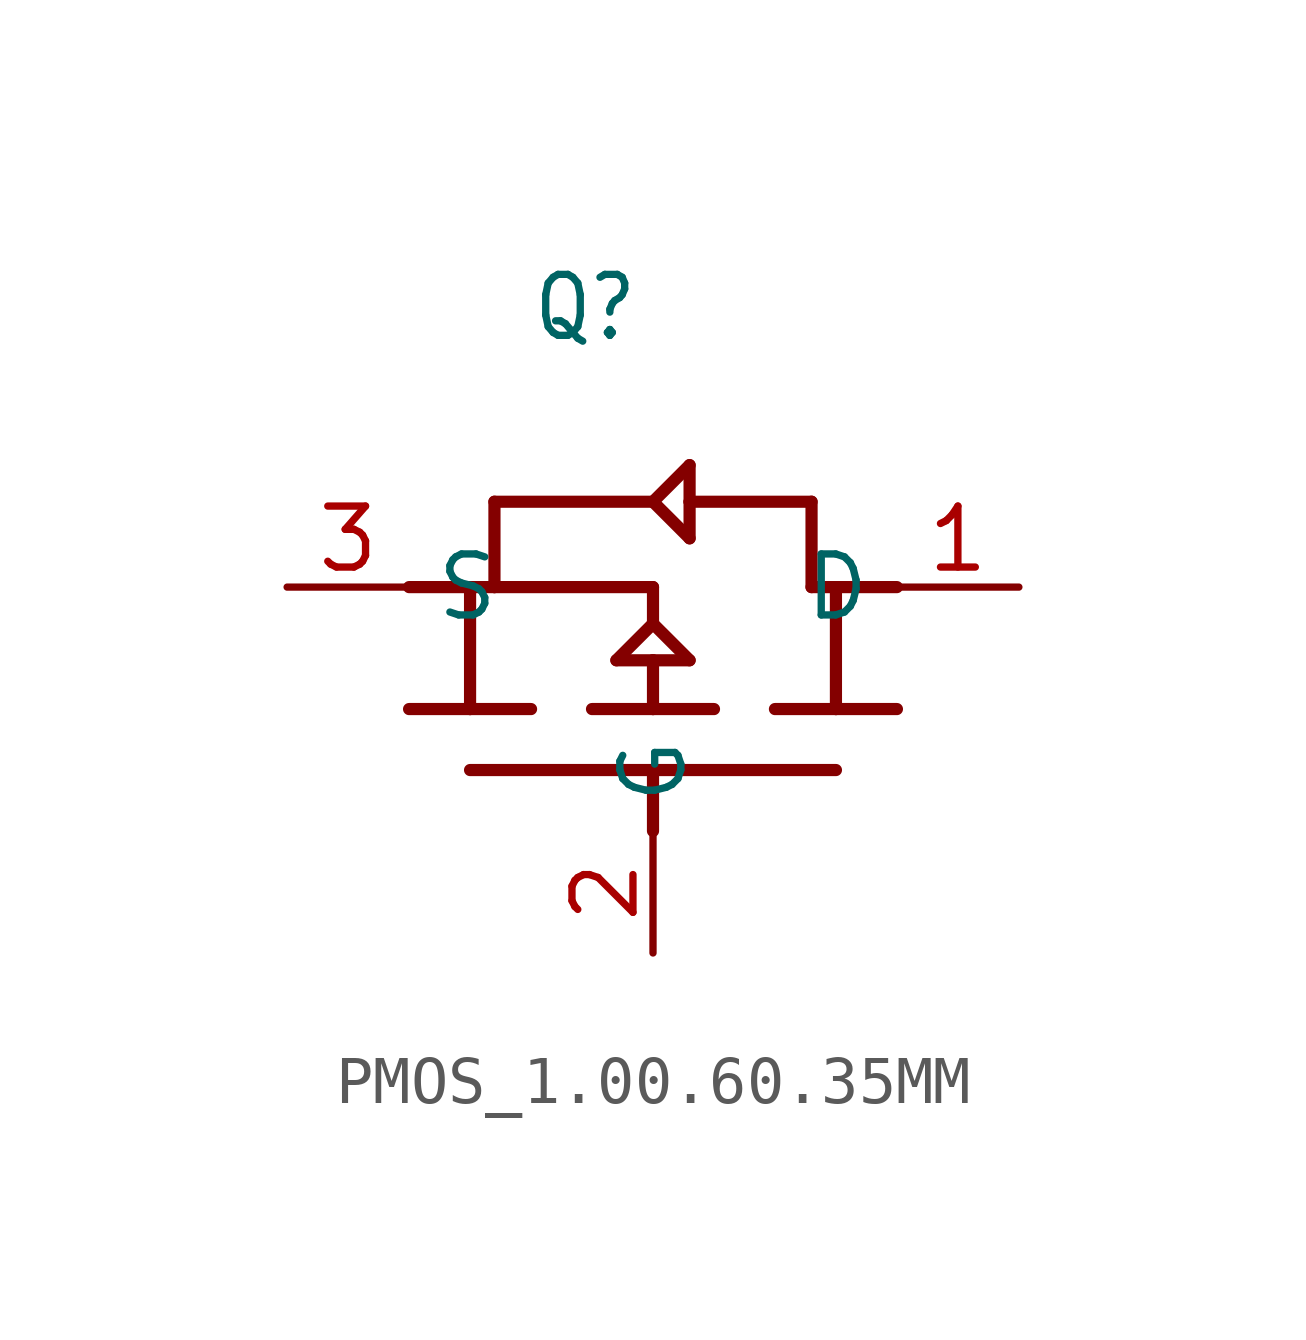
<source format=kicad_sym>
(kicad_symbol_lib
  (version 20231120)
  (generator "kicad_symbol_editor")
  (generator_version "8.0")
  (symbol "PMOS_1.00.60.35MM"
    (property "Reference" "Q"
      (at -2.54 7.62 0)
      (effects (font (size 1.27 1.079)) (justify left bottom)))
    (property "Value" ""
      (at -2.54 5.08 0)
      (effects (font (size 1.27 1.079)) (justify left bottom)))
    (property "ki_locked" ""
      (at 0 0 0)
      (effects (font (size 1.27 1.27))))
    (symbol "PMOS_1.00.60.35MM_1_0"
      (polyline (pts (xy -5.08 0) (xy -3.81 0)) (stroke (width 0.254) (type solid)) (fill (type none)))
      (polyline (pts (xy -3.81 -1.27) (xy 0 -1.27)) (stroke (width 0.254) (type solid)) (fill (type none)))
      (polyline (pts (xy -3.81 0) (xy -2.54 0)) (stroke (width 0.254) (type solid)) (fill (type none)))
      (polyline (pts (xy -3.81 2.54) (xy -5.08 2.54)) (stroke (width 0.254) (type solid)) (fill (type none)))
      (polyline (pts (xy -3.81 2.54) (xy -3.81 0)) (stroke (width 0.254) (type solid)) (fill (type none)))
      (polyline (pts (xy -3.81 2.54) (xy -3.302 2.54)) (stroke (width 0.254) (type solid)) (fill (type none)))
      (polyline (pts (xy -3.302 2.54) (xy -3.302 4.318)) (stroke (width 0.254) (type solid)) (fill (type none)))
      (polyline (pts (xy -3.302 2.54) (xy 0 2.54)) (stroke (width 0.254) (type solid)) (fill (type none)))
      (polyline (pts (xy -3.302 4.318) (xy 0 4.318)) (stroke (width 0.254) (type solid)) (fill (type none)))
      (polyline (pts (xy -1.27 0) (xy 0 0)) (stroke (width 0.254) (type solid)) (fill (type none)))
      (polyline (pts (xy -0.762 1.016) (xy 0 1.016)) (stroke (width 0.254) (type solid)) (fill (type none)))
      (polyline (pts (xy 0 -1.27) (xy 0 -2.54)) (stroke (width 0.254) (type solid)) (fill (type none)))
      (polyline (pts (xy 0 -1.27) (xy 3.81 -1.27)) (stroke (width 0.254) (type solid)) (fill (type none)))
      (polyline (pts (xy 0 0) (xy 1.27 0)) (stroke (width 0.254) (type solid)) (fill (type none)))
      (polyline (pts (xy 0 1.016) (xy 0 0)) (stroke (width 0.254) (type solid)) (fill (type none)))
      (polyline (pts (xy 0 1.016) (xy 0.762 1.016)) (stroke (width 0.254) (type solid)) (fill (type none)))
      (polyline (pts (xy 0 1.778) (xy -0.762 1.016)) (stroke (width 0.254) (type solid)) (fill (type none)))
      (polyline (pts (xy 0 2.54) (xy 0 1.778)) (stroke (width 0.254) (type solid)) (fill (type none)))
      (polyline (pts (xy 0 4.318) (xy 0.762 3.556)) (stroke (width 0.254) (type solid)) (fill (type none)))
      (polyline (pts (xy 0.762 1.016) (xy 0 1.778)) (stroke (width 0.254) (type solid)) (fill (type none)))
      (polyline (pts (xy 0.762 3.556) (xy 0.762 4.318)) (stroke (width 0.254) (type solid)) (fill (type none)))
      (polyline (pts (xy 0.762 4.318) (xy 0.762 5.08)) (stroke (width 0.254) (type solid)) (fill (type none)))
      (polyline (pts (xy 0.762 4.318) (xy 3.302 4.318)) (stroke (width 0.254) (type solid)) (fill (type none)))
      (polyline (pts (xy 0.762 5.08) (xy 0 4.318)) (stroke (width 0.254) (type solid)) (fill (type none)))
      (polyline (pts (xy 2.54 0) (xy 3.81 0)) (stroke (width 0.254) (type solid)) (fill (type none)))
      (polyline (pts (xy 3.302 2.54) (xy 3.81 2.54)) (stroke (width 0.254) (type solid)) (fill (type none)))
      (polyline (pts (xy 3.302 4.318) (xy 3.302 2.54)) (stroke (width 0.254) (type solid)) (fill (type none)))
      (polyline (pts (xy 3.81 0) (xy 5.08 0)) (stroke (width 0.254) (type solid)) (fill (type none)))
      (polyline (pts (xy 3.81 2.54) (xy 3.81 0)) (stroke (width 0.254) (type solid)) (fill (type none)))
      (polyline (pts (xy 3.81 2.54) (xy 5.08 2.54)) (stroke (width 0.254) (type solid)) (fill (type none)))
      (pin bidirectional line (at 7.62 2.54 180) (length 2.54) (name "D" (effects (font (size 1.27 1.27)))) (number "1" (effects (font (size 1.27 1.27)))))
      (pin bidirectional line (at 0 -5.08 90) (length 2.54) (name "G" (effects (font (size 1.27 1.27)))) (number "2" (effects (font (size 1.27 1.27)))))
      (pin bidirectional line (at -7.62 2.54 0) (length 2.54) (name "S" (effects (font (size 1.27 1.27)))) (number "3" (effects (font (size 1.27 1.27))))))))
</source>
